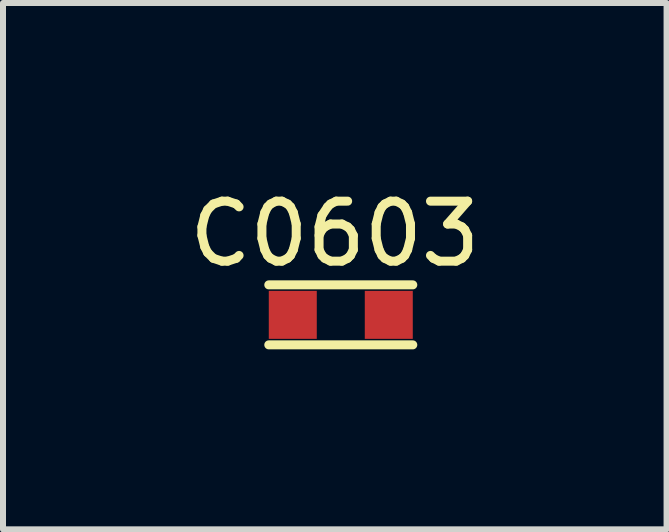
<source format=kicad_pcb>
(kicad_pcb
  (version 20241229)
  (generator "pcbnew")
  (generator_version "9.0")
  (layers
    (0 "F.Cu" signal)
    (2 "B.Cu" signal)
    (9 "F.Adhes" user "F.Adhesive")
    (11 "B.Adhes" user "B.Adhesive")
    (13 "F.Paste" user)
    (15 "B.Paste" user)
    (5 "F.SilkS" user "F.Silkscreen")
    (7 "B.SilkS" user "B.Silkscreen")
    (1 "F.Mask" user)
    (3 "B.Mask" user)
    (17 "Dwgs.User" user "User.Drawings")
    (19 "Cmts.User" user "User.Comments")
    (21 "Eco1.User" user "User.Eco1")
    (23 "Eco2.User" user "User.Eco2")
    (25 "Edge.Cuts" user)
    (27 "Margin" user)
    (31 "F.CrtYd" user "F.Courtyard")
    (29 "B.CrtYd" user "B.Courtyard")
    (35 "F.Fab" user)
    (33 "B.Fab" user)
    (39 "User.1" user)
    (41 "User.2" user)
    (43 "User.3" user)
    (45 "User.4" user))
  (footprint "C0603"
    (layer "F.Cu")
    (at 1.83 2.198)
    (property "Reference" "C0603" (at 0.7 -1.35 0) (layer "F.SilkS") (effects (font (size 1 1) (thickness 0.15))))
    (attr through_hole)
    (fp_line (start -0.4 -0.5) (end 2 -0.5) (stroke (width 0.15) (type solid)) (layer "F.SilkS"))
    (fp_line (start -0.4 0.5) (end 2 0.5) (stroke (width 0.15) (type solid)) (layer "F.SilkS"))
    (pad "1" smd rect (at 0 0) (size 0.8 0.8) (layers "F.Cu" "F.Mask" "F.Paste"))
    (pad "2" smd rect (at 1.6 0) (size 0.8 0.8) (layers "F.Cu" "F.Mask" "F.Paste")))
  (gr_rect
    (start -3 -3)
    (end 8.06 5.773)
    (stroke (width 0.1) (type default))
    (fill no)
    (layer "Edge.Cuts")))
</source>
